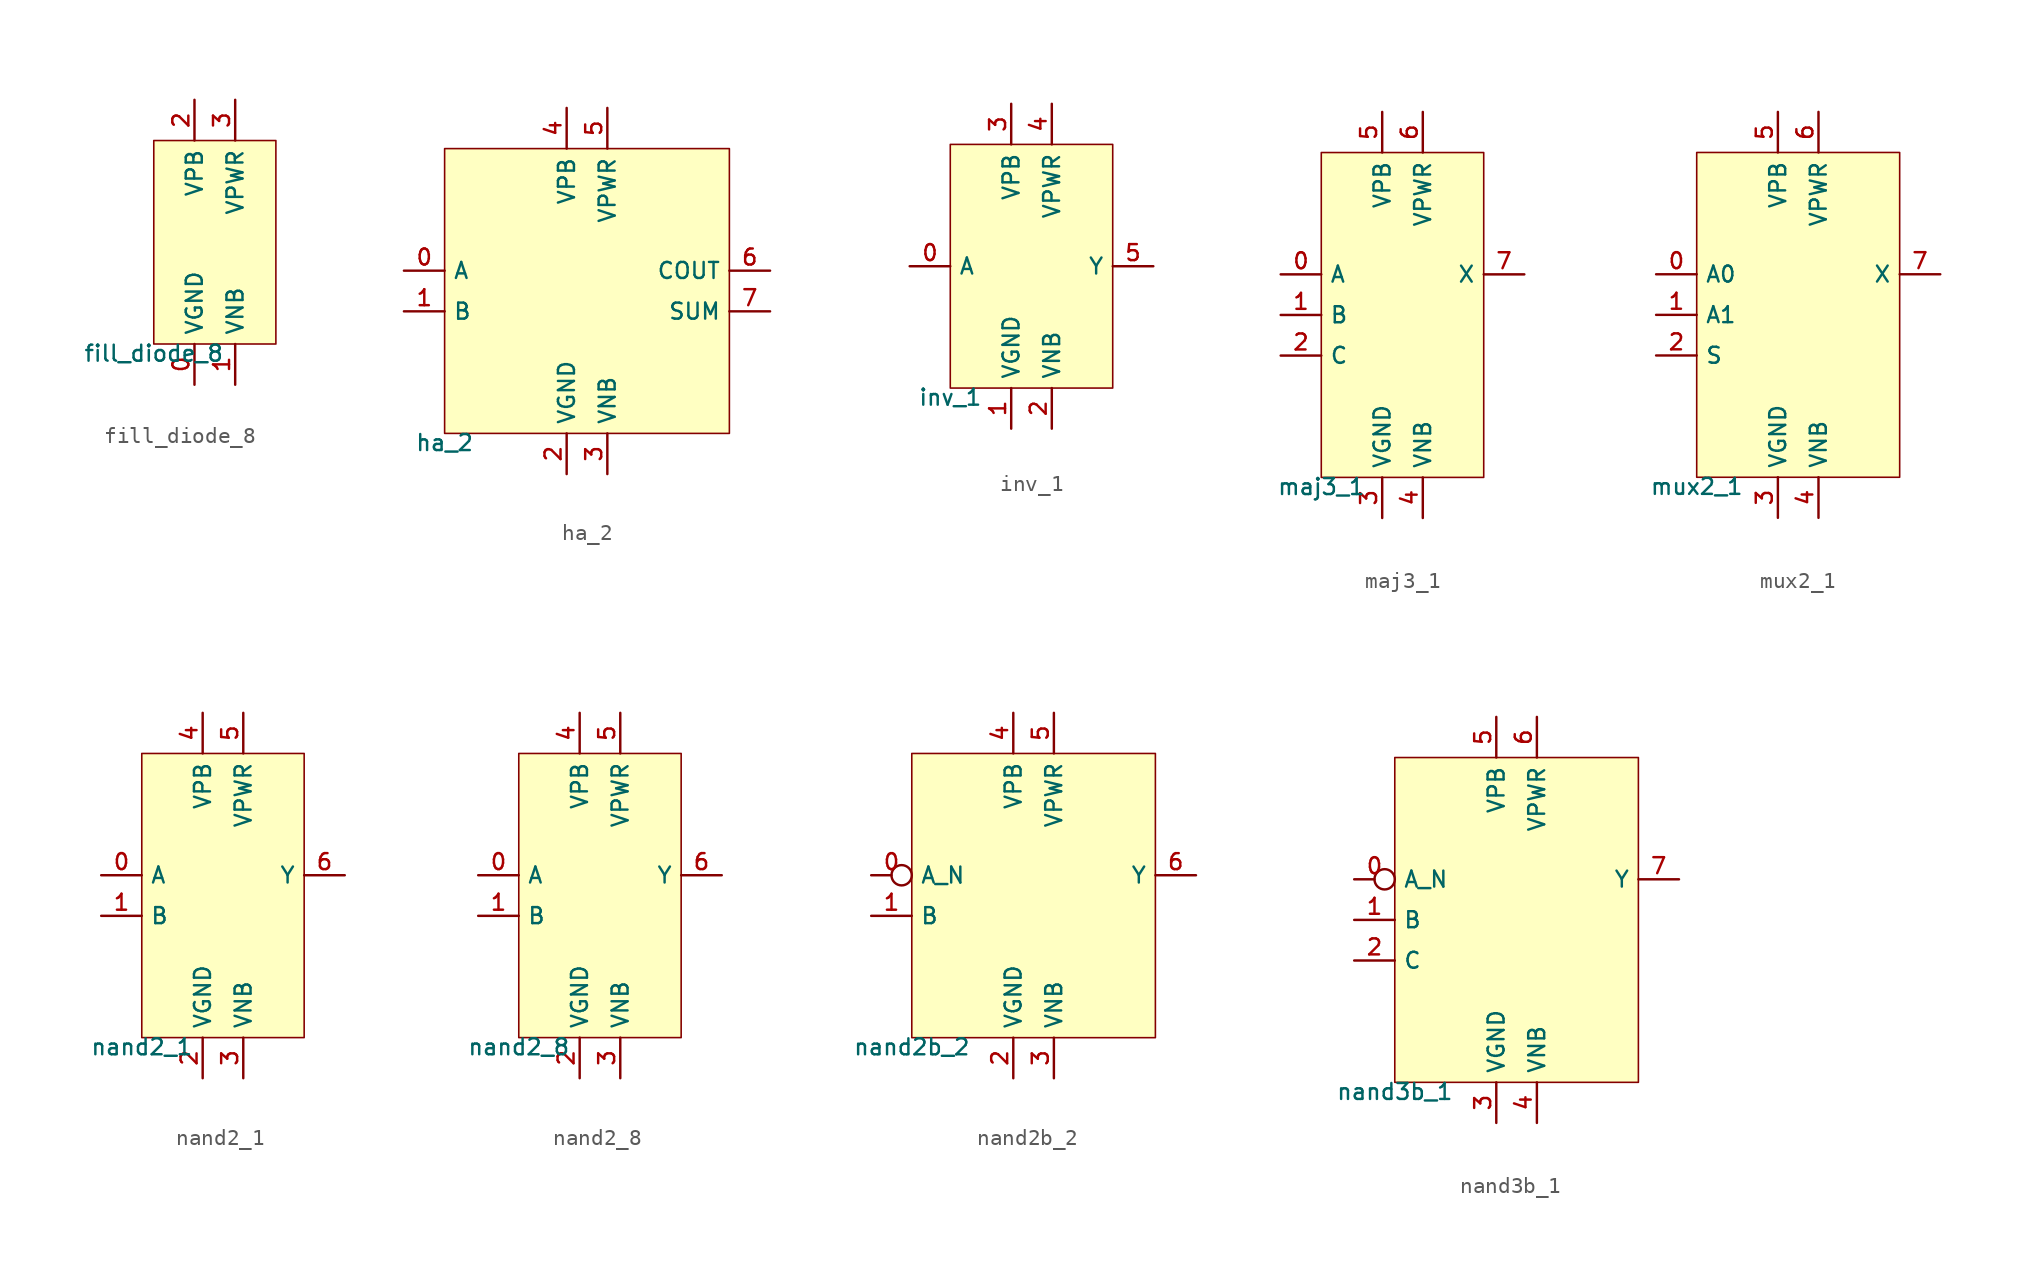
<source format=kicad_sym>
(kicad_symbol_lib
  (version 20211014)
  (generator lef2kicad_sym)
  (symbol "fill_diode_8"
    (property "Reference" "CELL"
      (at 0 0 0)
      (effects (font (size 1 1)) hide))
    (property "Value" "fill_diode_8"
      (at -3.81 -6.35 0)
      (effects (font (size 1 1)) (justify top)))
    (rectangle
      (start -3.81 -6.35)
      (end 3.81 6.35)
      (stroke (width 0.1) (type solid) (color 0 0 0 0))
      (fill (type background)))
    (pin power_in line
      (at -1.27 -8.89 90)
      (length 2.54)
      (name "VGND" (effects (font (size 1 1)) hide))
      (number "0" (effects (font (size 1 1)) hide)))
    (pin power_in line
      (at 1.27 -8.89 90)
      (length 2.54)
      (name "VNB" (effects (font (size 1 1)) hide))
      (number "1" (effects (font (size 1 1)) hide)))
    (pin power_in line
      (at -1.27 8.89 270)
      (length 2.54)
      (name "VPB" (effects (font (size 1 1)) hide))
      (number "2" (effects (font (size 1 1)) hide)))
    (pin power_in line
      (at 1.27 8.89 270)
      (length 2.54)
      (name "VPWR" (effects (font (size 1 1)) hide))
      (number "3" (effects (font (size 1 1)) hide))))
  (symbol "ha_2"
    (property "Reference" "CELL"
      (at 0 0 0)
      (effects (font (size 1 1)) hide))
    (property "Value" "ha_2"
      (at -8.89 -8.89 0)
      (effects (font (size 1 1)) (justify top)))
    (rectangle
      (start -8.89 -8.89)
      (end 8.89 8.89)
      (stroke (width 0.1) (type solid) (color 0 0 0 0))
      (fill (type background)))
    (pin input line
      (at -11.43 1.27 0)
      (length 2.54)
      (name "A" (effects (font (size 1 1)) hide))
      (number "0" (effects (font (size 1 1)) hide)))
    (pin input line
      (at -11.43 -1.27 0)
      (length 2.54)
      (name "B" (effects (font (size 1 1)) hide))
      (number "1" (effects (font (size 1 1)) hide)))
    (pin power_in line
      (at -1.27 -11.43 90)
      (length 2.54)
      (name "VGND" (effects (font (size 1 1)) hide))
      (number "2" (effects (font (size 1 1)) hide)))
    (pin power_in line
      (at 1.27 -11.43 90)
      (length 2.54)
      (name "VNB" (effects (font (size 1 1)) hide))
      (number "3" (effects (font (size 1 1)) hide)))
    (pin power_in line
      (at -1.27 11.43 270)
      (length 2.54)
      (name "VPB" (effects (font (size 1 1)) hide))
      (number "4" (effects (font (size 1 1)) hide)))
    (pin power_in line
      (at 1.27 11.43 270)
      (length 2.54)
      (name "VPWR" (effects (font (size 1 1)) hide))
      (number "5" (effects (font (size 1 1)) hide)))
    (pin output line
      (at 11.43 1.27 180)
      (length 2.54)
      (name "COUT" (effects (font (size 1 1)) hide))
      (number "6" (effects (font (size 1 1)) hide)))
    (pin output line
      (at 11.43 -1.27 180)
      (length 2.54)
      (name "SUM" (effects (font (size 1 1)) hide))
      (number "7" (effects (font (size 1 1)) hide))))
  (symbol "inv_1"
    (property "Reference" "CELL"
      (at 0 0 0)
      (effects (font (size 1 1)) hide))
    (property "Value" "inv_1"
      (at -5.08 -7.62 0)
      (effects (font (size 1 1)) (justify top)))
    (rectangle
      (start -5.08 -7.62)
      (end 5.08 7.62)
      (stroke (width 0.1) (type solid) (color 0 0 0 0))
      (fill (type background)))
    (pin input line
      (at -7.62 0.0 0)
      (length 2.54)
      (name "A" (effects (font (size 1 1)) hide))
      (number "0" (effects (font (size 1 1)) hide)))
    (pin power_in line
      (at -1.27 -10.16 90)
      (length 2.54)
      (name "VGND" (effects (font (size 1 1)) hide))
      (number "1" (effects (font (size 1 1)) hide)))
    (pin power_in line
      (at 1.27 -10.16 90)
      (length 2.54)
      (name "VNB" (effects (font (size 1 1)) hide))
      (number "2" (effects (font (size 1 1)) hide)))
    (pin power_in line
      (at -1.27 10.16 270)
      (length 2.54)
      (name "VPB" (effects (font (size 1 1)) hide))
      (number "3" (effects (font (size 1 1)) hide)))
    (pin power_in line
      (at 1.27 10.16 270)
      (length 2.54)
      (name "VPWR" (effects (font (size 1 1)) hide))
      (number "4" (effects (font (size 1 1)) hide)))
    (pin output line
      (at 7.62 0.0 180)
      (length 2.54)
      (name "Y" (effects (font (size 1 1)) hide))
      (number "5" (effects (font (size 1 1)) hide))))
  (symbol "maj3_1"
    (property "Reference" "CELL"
      (at 0 0 0)
      (effects (font (size 1 1)) hide))
    (property "Value" "maj3_1"
      (at -5.08 -10.16 0)
      (effects (font (size 1 1)) (justify top)))
    (rectangle
      (start -5.08 -10.16)
      (end 5.08 10.16)
      (stroke (width 0.1) (type solid) (color 0 0 0 0))
      (fill (type background)))
    (pin input line
      (at -7.62 2.54 0)
      (length 2.54)
      (name "A" (effects (font (size 1 1)) hide))
      (number "0" (effects (font (size 1 1)) hide)))
    (pin input line
      (at -7.62 0.0 0)
      (length 2.54)
      (name "B" (effects (font (size 1 1)) hide))
      (number "1" (effects (font (size 1 1)) hide)))
    (pin input line
      (at -7.62 -2.54 0)
      (length 2.54)
      (name "C" (effects (font (size 1 1)) hide))
      (number "2" (effects (font (size 1 1)) hide)))
    (pin power_in line
      (at -1.27 -12.7 90)
      (length 2.54)
      (name "VGND" (effects (font (size 1 1)) hide))
      (number "3" (effects (font (size 1 1)) hide)))
    (pin power_in line
      (at 1.27 -12.7 90)
      (length 2.54)
      (name "VNB" (effects (font (size 1 1)) hide))
      (number "4" (effects (font (size 1 1)) hide)))
    (pin power_in line
      (at -1.27 12.7 270)
      (length 2.54)
      (name "VPB" (effects (font (size 1 1)) hide))
      (number "5" (effects (font (size 1 1)) hide)))
    (pin power_in line
      (at 1.27 12.7 270)
      (length 2.54)
      (name "VPWR" (effects (font (size 1 1)) hide))
      (number "6" (effects (font (size 1 1)) hide)))
    (pin output line
      (at 7.62 2.54 180)
      (length 2.54)
      (name "X" (effects (font (size 1 1)) hide))
      (number "7" (effects (font (size 1 1)) hide))))
  (symbol "mux2_1"
    (property "Reference" "CELL"
      (at 0 0 0)
      (effects (font (size 1 1)) hide))
    (property "Value" "mux2_1"
      (at -6.35 -10.16 0)
      (effects (font (size 1 1)) (justify top)))
    (rectangle
      (start -6.35 -10.16)
      (end 6.35 10.16)
      (stroke (width 0.1) (type solid) (color 0 0 0 0))
      (fill (type background)))
    (pin input line
      (at -8.89 2.54 0)
      (length 2.54)
      (name "A0" (effects (font (size 1 1)) hide))
      (number "0" (effects (font (size 1 1)) hide)))
    (pin input line
      (at -8.89 0.0 0)
      (length 2.54)
      (name "A1" (effects (font (size 1 1)) hide))
      (number "1" (effects (font (size 1 1)) hide)))
    (pin input line
      (at -8.89 -2.54 0)
      (length 2.54)
      (name "S" (effects (font (size 1 1)) hide))
      (number "2" (effects (font (size 1 1)) hide)))
    (pin power_in line
      (at -1.27 -12.7 90)
      (length 2.54)
      (name "VGND" (effects (font (size 1 1)) hide))
      (number "3" (effects (font (size 1 1)) hide)))
    (pin power_in line
      (at 1.27 -12.7 90)
      (length 2.54)
      (name "VNB" (effects (font (size 1 1)) hide))
      (number "4" (effects (font (size 1 1)) hide)))
    (pin power_in line
      (at -1.27 12.7 270)
      (length 2.54)
      (name "VPB" (effects (font (size 1 1)) hide))
      (number "5" (effects (font (size 1 1)) hide)))
    (pin power_in line
      (at 1.27 12.7 270)
      (length 2.54)
      (name "VPWR" (effects (font (size 1 1)) hide))
      (number "6" (effects (font (size 1 1)) hide)))
    (pin output line
      (at 8.89 2.54 180)
      (length 2.54)
      (name "X" (effects (font (size 1 1)) hide))
      (number "7" (effects (font (size 1 1)) hide))))
  (symbol "nand2_1"
    (property "Reference" "CELL"
      (at 0 0 0)
      (effects (font (size 1 1)) hide))
    (property "Value" "nand2_1"
      (at -5.08 -8.89 0)
      (effects (font (size 1 1)) (justify top)))
    (rectangle
      (start -5.08 -8.89)
      (end 5.08 8.89)
      (stroke (width 0.1) (type solid) (color 0 0 0 0))
      (fill (type background)))
    (pin input line
      (at -7.62 1.27 0)
      (length 2.54)
      (name "A" (effects (font (size 1 1)) hide))
      (number "0" (effects (font (size 1 1)) hide)))
    (pin input line
      (at -7.62 -1.27 0)
      (length 2.54)
      (name "B" (effects (font (size 1 1)) hide))
      (number "1" (effects (font (size 1 1)) hide)))
    (pin power_in line
      (at -1.27 -11.43 90)
      (length 2.54)
      (name "VGND" (effects (font (size 1 1)) hide))
      (number "2" (effects (font (size 1 1)) hide)))
    (pin power_in line
      (at 1.27 -11.43 90)
      (length 2.54)
      (name "VNB" (effects (font (size 1 1)) hide))
      (number "3" (effects (font (size 1 1)) hide)))
    (pin power_in line
      (at -1.27 11.43 270)
      (length 2.54)
      (name "VPB" (effects (font (size 1 1)) hide))
      (number "4" (effects (font (size 1 1)) hide)))
    (pin power_in line
      (at 1.27 11.43 270)
      (length 2.54)
      (name "VPWR" (effects (font (size 1 1)) hide))
      (number "5" (effects (font (size 1 1)) hide)))
    (pin output line
      (at 7.62 1.27 180)
      (length 2.54)
      (name "Y" (effects (font (size 1 1)) hide))
      (number "6" (effects (font (size 1 1)) hide))))
  (symbol "nand2_8"
    (property "Reference" "CELL"
      (at 0 0 0)
      (effects (font (size 1 1)) hide))
    (property "Value" "nand2_8"
      (at -5.08 -8.89 0)
      (effects (font (size 1 1)) (justify top)))
    (rectangle
      (start -5.08 -8.89)
      (end 5.08 8.89)
      (stroke (width 0.1) (type solid) (color 0 0 0 0))
      (fill (type background)))
    (pin input line
      (at -7.62 1.27 0)
      (length 2.54)
      (name "A" (effects (font (size 1 1)) hide))
      (number "0" (effects (font (size 1 1)) hide)))
    (pin input line
      (at -7.62 -1.27 0)
      (length 2.54)
      (name "B" (effects (font (size 1 1)) hide))
      (number "1" (effects (font (size 1 1)) hide)))
    (pin power_in line
      (at -1.27 -11.43 90)
      (length 2.54)
      (name "VGND" (effects (font (size 1 1)) hide))
      (number "2" (effects (font (size 1 1)) hide)))
    (pin power_in line
      (at 1.27 -11.43 90)
      (length 2.54)
      (name "VNB" (effects (font (size 1 1)) hide))
      (number "3" (effects (font (size 1 1)) hide)))
    (pin power_in line
      (at -1.27 11.43 270)
      (length 2.54)
      (name "VPB" (effects (font (size 1 1)) hide))
      (number "4" (effects (font (size 1 1)) hide)))
    (pin power_in line
      (at 1.27 11.43 270)
      (length 2.54)
      (name "VPWR" (effects (font (size 1 1)) hide))
      (number "5" (effects (font (size 1 1)) hide)))
    (pin output line
      (at 7.62 1.27 180)
      (length 2.54)
      (name "Y" (effects (font (size 1 1)) hide))
      (number "6" (effects (font (size 1 1)) hide))))
  (symbol "nand2b_2"
    (property "Reference" "CELL"
      (at 0 0 0)
      (effects (font (size 1 1)) hide))
    (property "Value" "nand2b_2"
      (at -7.62 -8.89 0)
      (effects (font (size 1 1)) (justify top)))
    (rectangle
      (start -7.62 -8.89)
      (end 7.62 8.89)
      (stroke (width 0.1) (type solid) (color 0 0 0 0))
      (fill (type background)))
    (pin input inverted
      (at -10.16 1.27 0)
      (length 2.54)
      (name "A_N" (effects (font (size 1 1)) hide))
      (number "0" (effects (font (size 1 1)) hide)))
    (pin input line
      (at -10.16 -1.27 0)
      (length 2.54)
      (name "B" (effects (font (size 1 1)) hide))
      (number "1" (effects (font (size 1 1)) hide)))
    (pin power_in line
      (at -1.27 -11.43 90)
      (length 2.54)
      (name "VGND" (effects (font (size 1 1)) hide))
      (number "2" (effects (font (size 1 1)) hide)))
    (pin power_in line
      (at 1.27 -11.43 90)
      (length 2.54)
      (name "VNB" (effects (font (size 1 1)) hide))
      (number "3" (effects (font (size 1 1)) hide)))
    (pin power_in line
      (at -1.27 11.43 270)
      (length 2.54)
      (name "VPB" (effects (font (size 1 1)) hide))
      (number "4" (effects (font (size 1 1)) hide)))
    (pin power_in line
      (at 1.27 11.43 270)
      (length 2.54)
      (name "VPWR" (effects (font (size 1 1)) hide))
      (number "5" (effects (font (size 1 1)) hide)))
    (pin output line
      (at 10.16 1.27 180)
      (length 2.54)
      (name "Y" (effects (font (size 1 1)) hide))
      (number "6" (effects (font (size 1 1)) hide))))
  (symbol "nand3b_1"
    (property "Reference" "CELL"
      (at 0 0 0)
      (effects (font (size 1 1)) hide))
    (property "Value" "nand3b_1"
      (at -7.62 -10.16 0)
      (effects (font (size 1 1)) (justify top)))
    (rectangle
      (start -7.62 -10.16)
      (end 7.62 10.16)
      (stroke (width 0.1) (type solid) (color 0 0 0 0))
      (fill (type background)))
    (pin input inverted
      (at -10.16 2.54 0)
      (length 2.54)
      (name "A_N" (effects (font (size 1 1)) hide))
      (number "0" (effects (font (size 1 1)) hide)))
    (pin input line
      (at -10.16 0.0 0)
      (length 2.54)
      (name "B" (effects (font (size 1 1)) hide))
      (number "1" (effects (font (size 1 1)) hide)))
    (pin input line
      (at -10.16 -2.54 0)
      (length 2.54)
      (name "C" (effects (font (size 1 1)) hide))
      (number "2" (effects (font (size 1 1)) hide)))
    (pin power_in line
      (at -1.27 -12.7 90)
      (length 2.54)
      (name "VGND" (effects (font (size 1 1)) hide))
      (number "3" (effects (font (size 1 1)) hide)))
    (pin power_in line
      (at 1.27 -12.7 90)
      (length 2.54)
      (name "VNB" (effects (font (size 1 1)) hide))
      (number "4" (effects (font (size 1 1)) hide)))
    (pin power_in line
      (at -1.27 12.7 270)
      (length 2.54)
      (name "VPB" (effects (font (size 1 1)) hide))
      (number "5" (effects (font (size 1 1)) hide)))
    (pin power_in line
      (at 1.27 12.7 270)
      (length 2.54)
      (name "VPWR" (effects (font (size 1 1)) hide))
      (number "6" (effects (font (size 1 1)) hide)))
    (pin output line
      (at 10.16 2.54 180)
      (length 2.54)
      (name "Y" (effects (font (size 1 1)) hide))
      (number "7" (effects (font (size 1 1)) hide)))))
</source>
